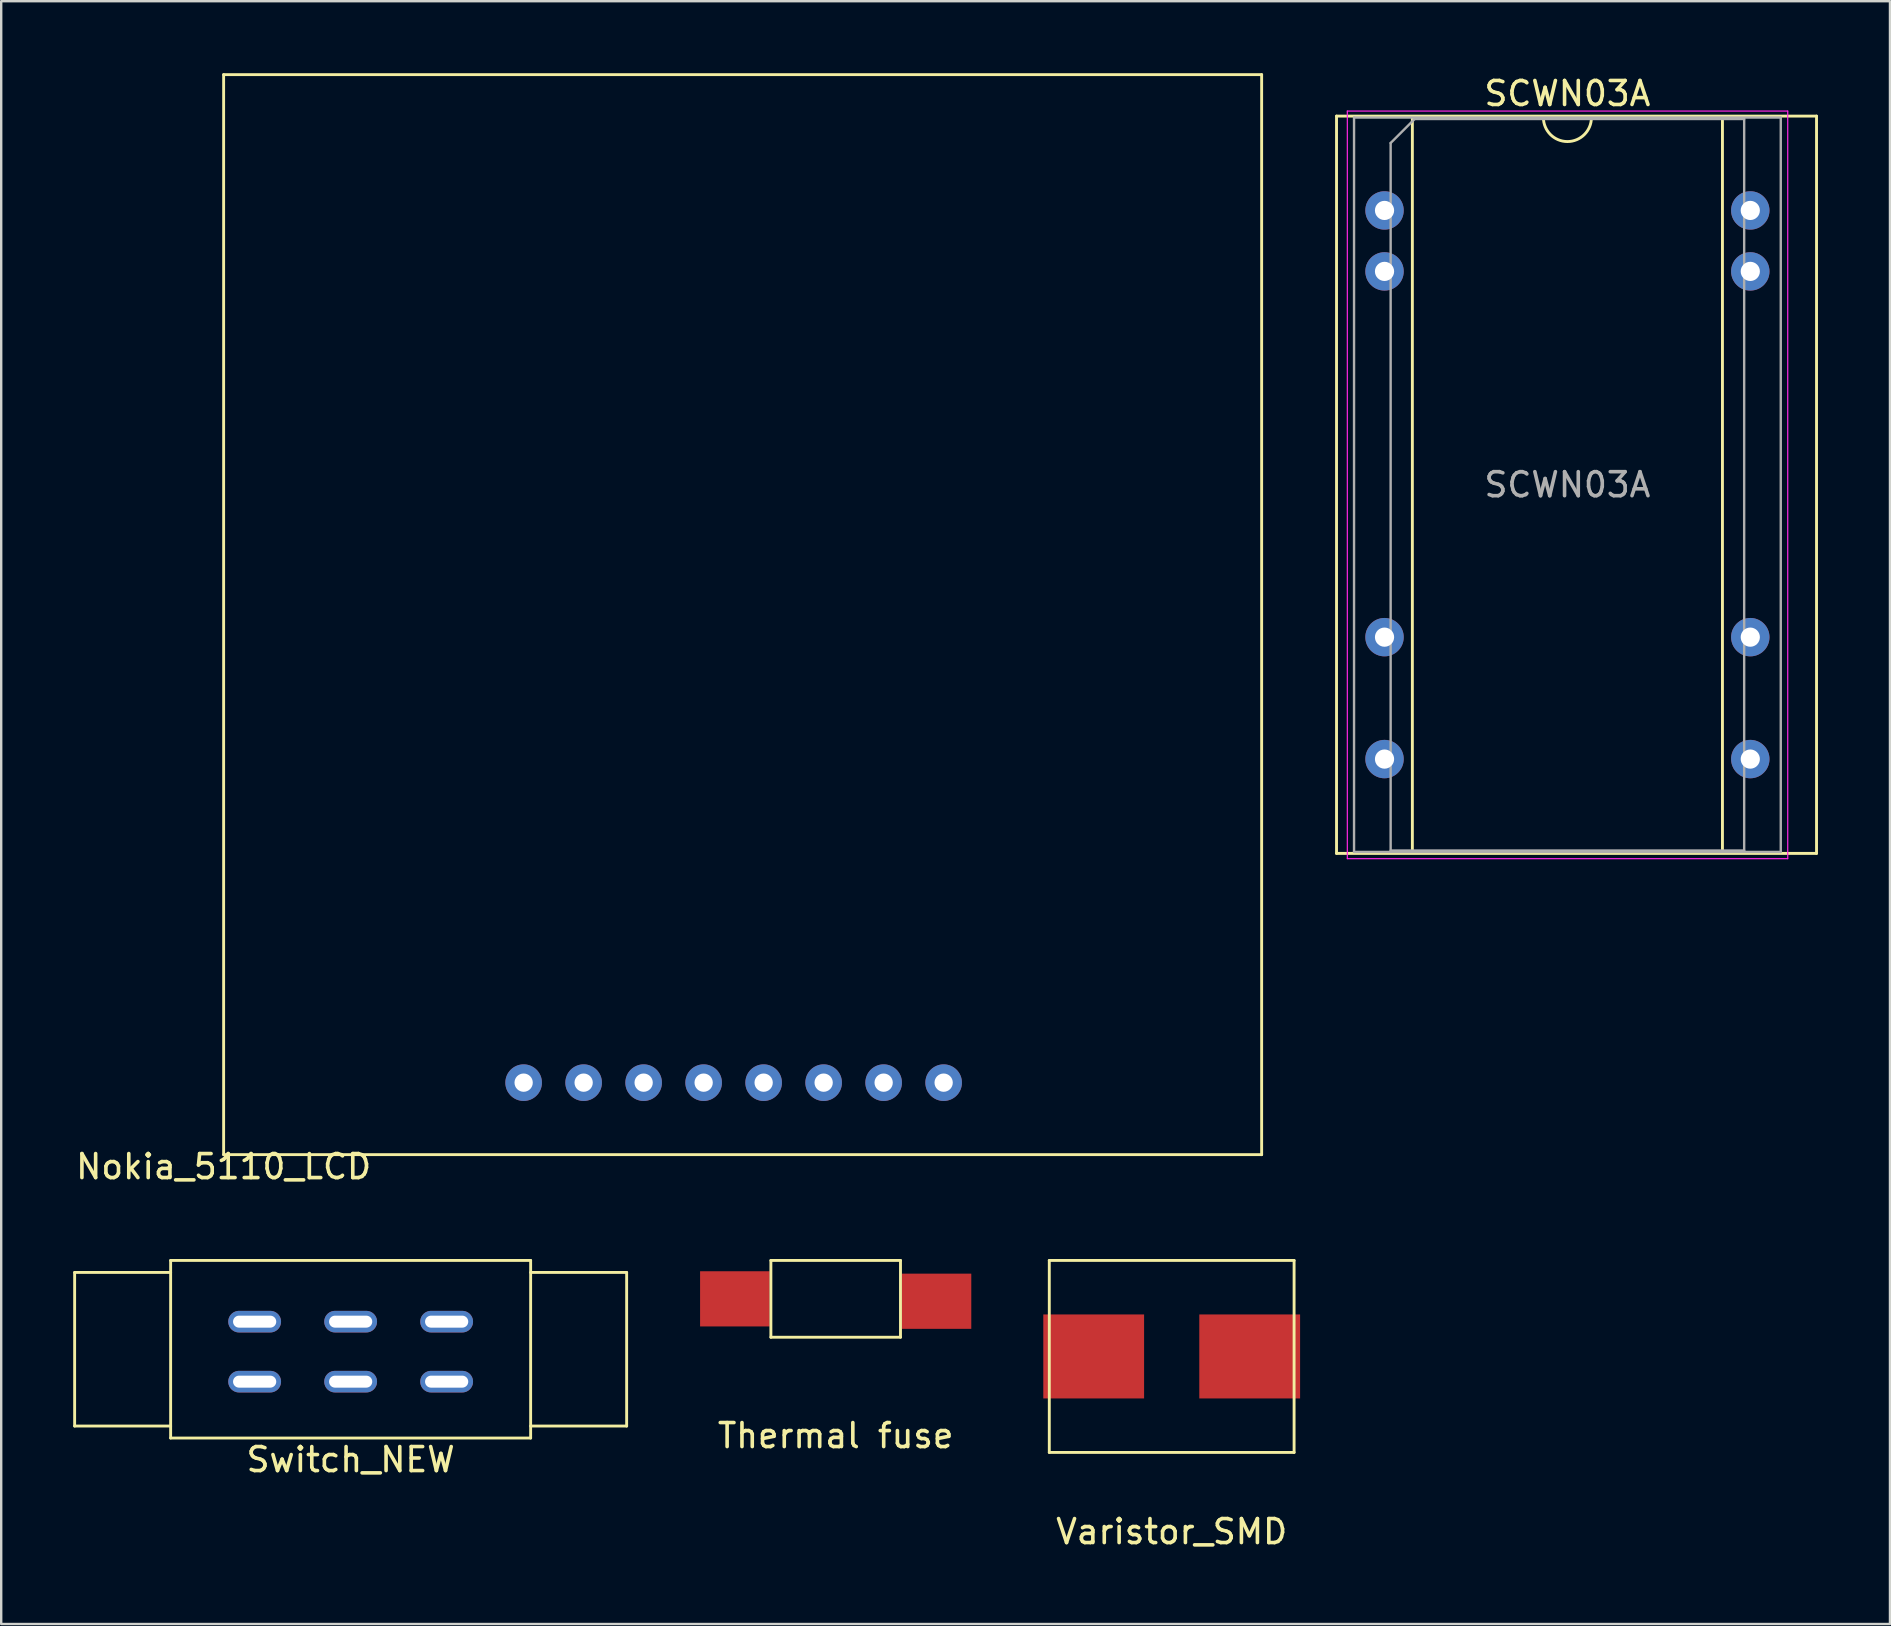
<source format=kicad_pcb>
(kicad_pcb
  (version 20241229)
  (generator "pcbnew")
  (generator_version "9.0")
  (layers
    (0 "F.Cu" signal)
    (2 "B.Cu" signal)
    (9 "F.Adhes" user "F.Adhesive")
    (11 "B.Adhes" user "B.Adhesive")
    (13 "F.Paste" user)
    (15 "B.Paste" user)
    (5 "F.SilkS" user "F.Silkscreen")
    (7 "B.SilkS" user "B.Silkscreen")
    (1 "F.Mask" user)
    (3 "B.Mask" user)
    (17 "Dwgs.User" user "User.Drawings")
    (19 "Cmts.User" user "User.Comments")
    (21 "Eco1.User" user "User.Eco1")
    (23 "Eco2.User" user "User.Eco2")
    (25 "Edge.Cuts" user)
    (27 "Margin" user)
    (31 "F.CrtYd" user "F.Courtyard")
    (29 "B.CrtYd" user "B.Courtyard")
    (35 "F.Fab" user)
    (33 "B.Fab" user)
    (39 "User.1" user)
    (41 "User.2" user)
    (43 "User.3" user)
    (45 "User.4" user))
  (footprint "Nokia_5110_LCD"
    (layer "F.Cu")
    (at 6.268 45.06)
    (property "Reference" "Nokia_5110_LCD" (at 0 0.5 0) (layer "F.SilkS") (effects (font (size 1 1) (thickness 0.15))))
    (attr through_hole)
    (fp_line (start 0 -45) (end 43.25 -45) (stroke (width 0.12) (type solid)) (layer "F.SilkS"))
    (fp_line (start 0 0) (end 0 -45) (stroke (width 0.12) (type solid)) (layer "F.SilkS"))
    (fp_line (start 0 0) (end 43.25 0) (stroke (width 0.12) (type solid)) (layer "F.SilkS"))
    (fp_line (start 43.25 0) (end 43.25 -45) (stroke (width 0.12) (type solid)) (layer "F.SilkS"))
    (pad "1" thru_hole circle (at 12.5 -3) (size 1.524 1.524) (drill 0.762) (layers "*.Cu" "*.Mask"))
    (pad "2" thru_hole circle (at 15 -3) (size 1.524 1.524) (drill 0.762) (layers "*.Cu" "*.Mask"))
    (pad "3" thru_hole circle (at 17.5 -3) (size 1.524 1.524) (drill 0.762) (layers "*.Cu" "*.Mask"))
    (pad "4" thru_hole circle (at 20 -3) (size 1.524 1.524) (drill 0.762) (layers "*.Cu" "*.Mask"))
    (pad "5" thru_hole circle (at 22.5 -3) (size 1.524 1.524) (drill 0.762) (layers "*.Cu" "*.Mask"))
    (pad "6" thru_hole circle (at 25 -3) (size 1.524 1.524) (drill 0.762) (layers "*.Cu" "*.Mask"))
    (pad "7" thru_hole circle (at 27.5 -3) (size 1.524 1.524) (drill 0.762) (layers "*.Cu" "*.Mask"))
    (pad "8" thru_hole circle (at 30 -3) (size 1.524 1.524) (drill 0.762) (layers "*.Cu" "*.Mask")))
  (footprint "Switch_NEW"
    (layer "F.Cu")
    (at 11.56 53.268)
    (property "Reference" "Switch_NEW" (at 0 4.5 0) (layer "F.SilkS") (effects (font (size 1 1) (thickness 0.15))))
    (attr through_hole)
    (fp_line (start -11.5 -3.3) (end -11.5 3.1) (stroke (width 0.12) (type solid)) (layer "F.SilkS"))
    (fp_line (start -7.5 -3.8) (end -7.5 3.6) (stroke (width 0.12) (type solid)) (layer "F.SilkS"))
    (fp_line (start -7.5 -3.8) (end 7.5 -3.8) (stroke (width 0.12) (type solid)) (layer "F.SilkS"))
    (fp_line (start -7.5 -3.3) (end -11.5 -3.3) (stroke (width 0.12) (type solid)) (layer "F.SilkS"))
    (fp_line (start -7.5 3.1) (end -11.5 3.1) (stroke (width 0.12) (type solid)) (layer "F.SilkS"))
    (fp_line (start -7.5 3.6) (end 7.5 3.6) (stroke (width 0.12) (type solid)) (layer "F.SilkS"))
    (fp_line (start 7.5 -3.8) (end 7.5 3.6) (stroke (width 0.12) (type solid)) (layer "F.SilkS"))
    (fp_line (start 11.5 -3.3) (end 7.5 -3.3) (stroke (width 0.12) (type solid)) (layer "F.SilkS"))
    (fp_line (start 11.5 -3.3) (end 11.5 3.1) (stroke (width 0.12) (type solid)) (layer "F.SilkS"))
    (fp_line (start 11.5 3.1) (end 7.5 3.1) (stroke (width 0.12) (type solid)) (layer "F.SilkS"))
    (pad "1" thru_hole oval (at -4 -1.25) (size 2.2 0.9) (drill oval 1.8 0.5) (layers "*.Cu" "*.Mask"))
    (pad "1" thru_hole oval (at -4 1.25) (size 2.2 0.9) (drill oval 1.8 0.5) (layers "*.Cu" "*.Mask"))
    (pad "2" thru_hole oval (at 0 -1.25) (size 2.2 0.9) (drill oval 1.8 0.5) (layers "*.Cu" "*.Mask"))
    (pad "2" thru_hole oval (at 0 1.25) (size 2.2 0.9) (drill oval 1.8 0.5) (layers "*.Cu" "*.Mask"))
    (pad "3" thru_hole oval (at 4 -1.25) (size 2.2 0.9) (drill oval 1.8 0.5) (layers "*.Cu" "*.Mask"))
    (pad "3" thru_hole oval (at 4 1.25) (size 2.2 0.9) (drill oval 1.8 0.5) (layers "*.Cu" "*.Mask")))
  (footprint "Varistor_SMD"
    (layer "F.Cu")
    (at 45.77 53.468)
    (property "Reference" "Varistor_SMD" (at 0 7.3 0) (layer "F.SilkS") (effects (font (size 1 1) (thickness 0.15))))
    (attr through_hole)
    (fp_line (start -5.1 -4) (end -5.1 4) (stroke (width 0.12) (type solid)) (layer "F.SilkS"))
    (fp_line (start -5.1 -4) (end 5.1 -4) (stroke (width 0.12) (type solid)) (layer "F.SilkS"))
    (fp_line (start -5.1 4) (end 5.1 4) (stroke (width 0.12) (type solid)) (layer "F.SilkS"))
    (fp_line (start 5.1 -4) (end 5.1 4) (stroke (width 0.12) (type solid)) (layer "F.SilkS"))
    (pad "1" smd rect (at 3.25 0 90) (size 3.5 4.2) (layers "F.Cu" "F.Mask" "F.Paste"))
    (pad "2" smd rect (at -3.25 0 90) (size 3.5 4.2) (layers "F.Cu" "F.Mask" "F.Paste")))
  (footprint "SCWN03A"
    (layer "F.Cu")
    (at 54.638 3.178)
    (property "Reference" "SCWN03A" (at 7.62 -2.33 0) (layer "F.SilkS") (effects (font (size 1 1) (thickness 0.15))))
    (attr through_hole)
    (fp_line (start -2 -1.39) (end -2 29.33) (stroke (width 0.12) (type solid)) (layer "F.SilkS"))
    (fp_line (start -2 29.33) (end 18 29.33) (stroke (width 0.12) (type solid)) (layer "F.SilkS"))
    (fp_line (start 1.16 -1.33) (end 1.16 29.27) (stroke (width 0.12) (type solid)) (layer "F.SilkS"))
    (fp_line (start 1.16 29.27) (end 14.08 29.27) (stroke (width 0.12) (type solid)) (layer "F.SilkS"))
    (fp_line (start 6.62 -1.33) (end 1.16 -1.33) (stroke (width 0.12) (type solid)) (layer "F.SilkS"))
    (fp_line (start 14.08 -1.33) (end 8.62 -1.33) (stroke (width 0.12) (type solid)) (layer "F.SilkS"))
    (fp_line (start 14.08 29.27) (end 14.08 -1.33) (stroke (width 0.12) (type solid)) (layer "F.SilkS"))
    (fp_line (start 18 -1.39) (end -2 -1.39) (stroke (width 0.12) (type solid)) (layer "F.SilkS"))
    (fp_line (start 18 29.33) (end 18 -1.39) (stroke (width 0.12) (type solid)) (layer "F.SilkS"))
    (fp_arc (start 8.62 -1.33) (mid 7.62 -0.33) (end 6.62 -1.33) (stroke (width 0.12) (type solid)) (layer "F.SilkS"))
    (fp_line (start -1.55 -1.6) (end -1.55 29.55) (stroke (width 0.05) (type solid)) (layer "F.CrtYd"))
    (fp_line (start -1.55 29.55) (end 16.8 29.55) (stroke (width 0.05) (type solid)) (layer "F.CrtYd"))
    (fp_line (start 16.8 -1.6) (end -1.55 -1.6) (stroke (width 0.05) (type solid)) (layer "F.CrtYd"))
    (fp_line (start 16.8 29.55) (end 16.8 -1.6) (stroke (width 0.05) (type solid)) (layer "F.CrtYd"))
    (fp_line (start -1.27 -1.33) (end -1.27 29.27) (stroke (width 0.1) (type solid)) (layer "F.Fab"))
    (fp_line (start -1.27 29.27) (end 16.51 29.27) (stroke (width 0.1) (type solid)) (layer "F.Fab"))
    (fp_line (start 0.255 -0.27) (end 1.255 -1.27) (stroke (width 0.1) (type solid)) (layer "F.Fab"))
    (fp_line (start 0.255 29.21) (end 0.255 -0.27) (stroke (width 0.1) (type solid)) (layer "F.Fab"))
    (fp_line (start 1.255 -1.27) (end 14.985 -1.27) (stroke (width 0.1) (type solid)) (layer "F.Fab"))
    (fp_line (start 14.985 -1.27) (end 14.985 29.21) (stroke (width 0.1) (type solid)) (layer "F.Fab"))
    (fp_line (start 14.985 29.21) (end 0.255 29.21) (stroke (width 0.1) (type solid)) (layer "F.Fab"))
    (fp_line (start 16.51 -1.33) (end -1.27 -1.33) (stroke (width 0.1) (type solid)) (layer "F.Fab"))
    (fp_line (start 16.51 29.27) (end 16.51 -1.33) (stroke (width 0.1) (type solid)) (layer "F.Fab"))
    (fp_text user "${REFERENCE}" (at 7.62 13.97 0) (layer "F.Fab") (effects (font (size 1 1) (thickness 0.15))))
    (pad "2" thru_hole oval (at 0 2.54) (size 1.6 1.6) (drill 0.8) (layers "*.Cu" "*.Mask"))
    (pad "3" thru_hole oval (at 0 5.08) (size 1.6 1.6) (drill 0.8) (layers "*.Cu" "*.Mask"))
    (pad "9" thru_hole oval (at 0 20.32) (size 1.6 1.6) (drill 0.8) (layers "*.Cu" "*.Mask"))
    (pad "11" thru_hole oval (at 0 25.4) (size 1.6 1.6) (drill 0.8) (layers "*.Cu" "*.Mask"))
    (pad "14" thru_hole oval (at 15.24 25.4) (size 1.6 1.6) (drill 0.8) (layers "*.Cu" "*.Mask"))
    (pad "16" thru_hole oval (at 15.24 20.32) (size 1.6 1.6) (drill 0.8) (layers "*.Cu" "*.Mask"))
    (pad "22" thru_hole oval (at 15.24 5.08) (size 1.6 1.6) (drill 0.8) (layers "*.Cu" "*.Mask"))
    (pad "23" thru_hole oval (at 15.24 2.54) (size 1.6 1.6) (drill 0.8) (layers "*.Cu" "*.Mask")))
  (footprint "Thermal fuse"
    (layer "F.Cu")
    (at 31.77 51.068)
    (property "Reference" "Thermal fuse" (at 0 5.7 0) (layer "F.SilkS") (effects (font (size 1 1) (thickness 0.15))))
    (attr through_hole)
    (fp_line (start -2.7 -1.6) (end 2.7 -1.6) (stroke (width 0.12) (type solid)) (layer "F.SilkS"))
    (fp_line (start -2.7 1.6) (end -2.7 -1.6) (stroke (width 0.12) (type solid)) (layer "F.SilkS"))
    (fp_line (start -2.7 1.6) (end 2.7 1.6) (stroke (width 0.12) (type solid)) (layer "F.SilkS"))
    (fp_line (start 2.7 1.6) (end 2.7 -1.6) (stroke (width 0.12) (type solid)) (layer "F.SilkS"))
    (pad "1" smd rect (at -4.2 0) (size 2.9 2.3) (layers "F.Cu" "F.Mask" "F.Paste"))
    (pad "2" smd rect (at 4.2 0.1) (size 2.9 2.3) (layers "F.Cu" "F.Mask" "F.Paste")))
  (gr_rect
    (start -3 -3)
    (end 75.698 64.617)
    (stroke (width 0.1) (type default))
    (fill no)
    (layer "Edge.Cuts")))
</source>
